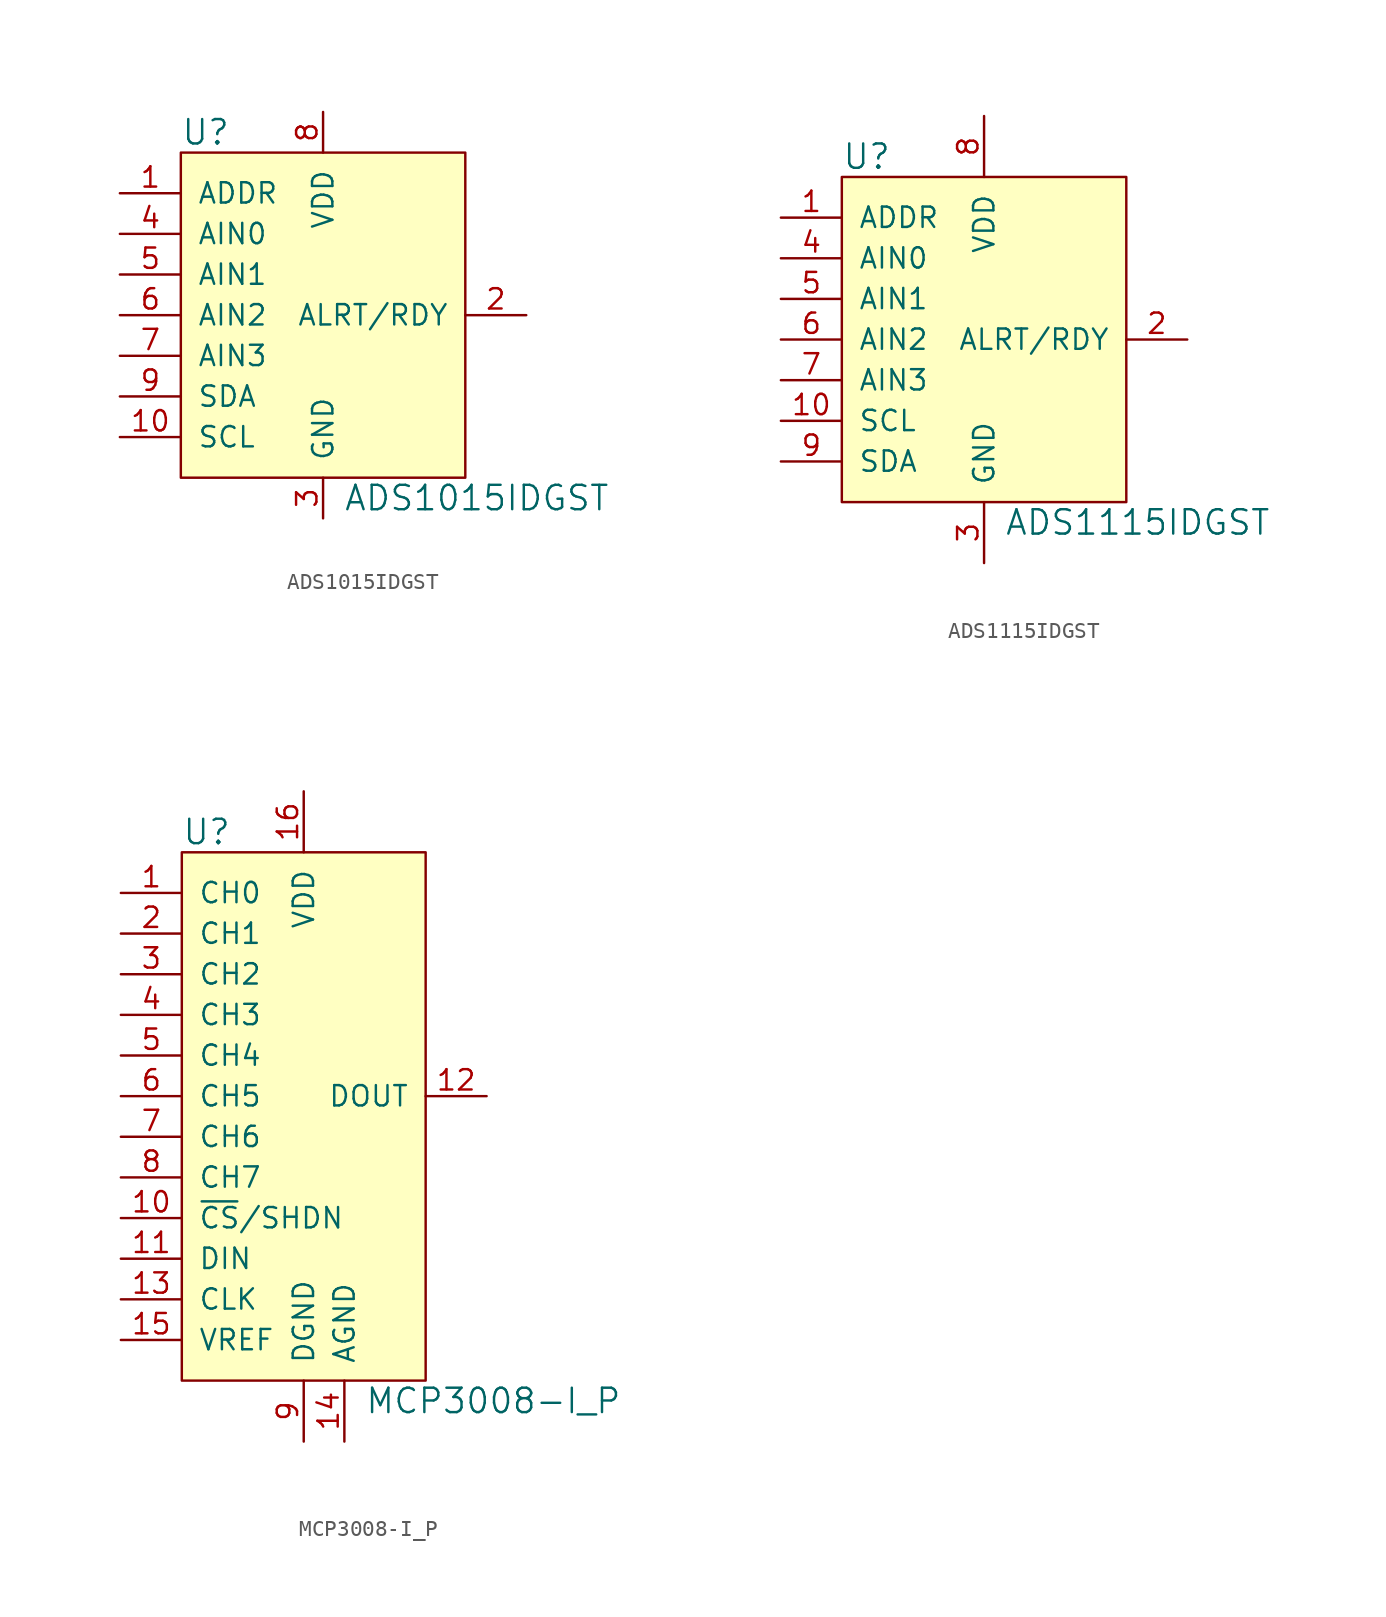
<source format=kicad_sym>
(kicad_symbol_lib
  (version 20220914)
  (generator kicad_symbol_editor)
  (symbol "ADS1015IDGST"
    (pin_names
      (offset 1.016))
    (property "Reference" "U"
      (at -8.89 11.43 0)
      (effects (font (size 1.524 1.524)) (justify left)))
    (property "Value" "ADS1015IDGST"
      (at 1.27 -11.43 0)
      (effects (font (size 1.524 1.524)) (justify left)))
    (symbol "ADS1015IDGST_0_1"
      (rectangle (start -8.89 10.16) (end 8.89 -10.16) (stroke (width 0) (type solid)) (fill (type background))))
    (symbol "ADS1015IDGST_1_1"
      (pin input line (at -12.7 7.62 0) (length 3.81) (name "ADDR" (effects (font (size 1.27 1.27)))) (number "1" (effects (font (size 1.27 1.27)))))
      (pin input line (at -12.7 -7.62 0) (length 3.81) (name "SCL" (effects (font (size 1.27 1.27)))) (number "10" (effects (font (size 1.27 1.27)))))
      (pin output line (at 12.7 0 180) (length 3.81) (name "ALRT/RDY" (effects (font (size 1.27 1.27)))) (number "2" (effects (font (size 1.27 1.27)))))
      (pin power_in line (at 0 -12.7 90) (length 2.54) (name "GND" (effects (font (size 1.27 1.27)))) (number "3" (effects (font (size 1.27 1.27)))))
      (pin input line (at -12.7 5.08 0) (length 3.81) (name "AIN0" (effects (font (size 1.27 1.27)))) (number "4" (effects (font (size 1.27 1.27)))))
      (pin input line (at -12.7 2.54 0) (length 3.81) (name "AIN1" (effects (font (size 1.27 1.27)))) (number "5" (effects (font (size 1.27 1.27)))))
      (pin input line (at -12.7 0 0) (length 3.81) (name "AIN2" (effects (font (size 1.27 1.27)))) (number "6" (effects (font (size 1.27 1.27)))))
      (pin input line (at -12.7 -2.54 0) (length 3.81) (name "AIN3" (effects (font (size 1.27 1.27)))) (number "7" (effects (font (size 1.27 1.27)))))
      (pin power_in line (at 0 12.7 270) (length 2.54) (name "VDD" (effects (font (size 1.27 1.27)))) (number "8" (effects (font (size 1.27 1.27)))))
      (pin bidirectional line (at -12.7 -5.08 0) (length 3.81) (name "SDA" (effects (font (size 1.27 1.27)))) (number "9" (effects (font (size 1.27 1.27)))))))
  (symbol "ADS1115IDGST"
    (pin_names
      (offset 1.016))
    (property "Reference" "U"
      (at -8.89 11.43 0)
      (effects (font (size 1.524 1.524)) (justify left)))
    (property "Value" "ADS1115IDGST"
      (at 1.27 -11.43 0)
      (effects (font (size 1.524 1.524)) (justify left)))
    (symbol "ADS1115IDGST_0_1"
      (rectangle (start -8.89 10.16) (end 8.89 -10.16) (stroke (width 0) (type solid)) (fill (type background))))
    (symbol "ADS1115IDGST_1_1"
      (pin input line (at -12.7 7.62 0) (length 3.81) (name "ADDR" (effects (font (size 1.27 1.27)))) (number "1" (effects (font (size 1.27 1.27)))))
      (pin input line (at -12.7 -5.08 0) (length 3.81) (name "SCL" (effects (font (size 1.27 1.27)))) (number "10" (effects (font (size 1.27 1.27)))))
      (pin output line (at 12.7 0 180) (length 3.81) (name "ALRT/RDY" (effects (font (size 1.27 1.27)))) (number "2" (effects (font (size 1.27 1.27)))))
      (pin power_in line (at 0 -13.97 90) (length 3.81) (name "GND" (effects (font (size 1.27 1.27)))) (number "3" (effects (font (size 1.27 1.27)))))
      (pin input line (at -12.7 5.08 0) (length 3.81) (name "AIN0" (effects (font (size 1.27 1.27)))) (number "4" (effects (font (size 1.27 1.27)))))
      (pin input line (at -12.7 2.54 0) (length 3.81) (name "AIN1" (effects (font (size 1.27 1.27)))) (number "5" (effects (font (size 1.27 1.27)))))
      (pin input line (at -12.7 0 0) (length 3.81) (name "AIN2" (effects (font (size 1.27 1.27)))) (number "6" (effects (font (size 1.27 1.27)))))
      (pin input line (at -12.7 -2.54 0) (length 3.81) (name "AIN3" (effects (font (size 1.27 1.27)))) (number "7" (effects (font (size 1.27 1.27)))))
      (pin power_in line (at 0 13.97 270) (length 3.81) (name "VDD" (effects (font (size 1.27 1.27)))) (number "8" (effects (font (size 1.27 1.27)))))
      (pin bidirectional line (at -12.7 -7.62 0) (length 3.81) (name "SDA" (effects (font (size 1.27 1.27)))) (number "9" (effects (font (size 1.27 1.27)))))))
  (symbol "MCP3008-I_P"
    (pin_names
      (offset 1.016))
    (property "Reference" "U"
      (at -7.62 16.51 0)
      (effects (font (size 1.524 1.524)) (justify left)))
    (property "Value" "MCP3008-I_P"
      (at 3.81 -19.05 0)
      (effects (font (size 1.524 1.524)) (justify left)))
    (symbol "MCP3008-I_P_0_1"
      (rectangle (start -7.62 15.24) (end 7.62 -17.78) (stroke (width 0) (type solid)) (fill (type background))))
    (symbol "MCP3008-I_P_1_1"
      (pin input line (at -11.43 12.7 0) (length 3.81) (name "CH0" (effects (font (size 1.27 1.27)))) (number "1" (effects (font (size 1.27 1.27)))))
      (pin input line (at -11.43 -7.62 0) (length 3.81) (name "~{CS}/SHDN" (effects (font (size 1.27 1.27)))) (number "10" (effects (font (size 1.27 1.27)))))
      (pin input line (at -11.43 -10.16 0) (length 3.81) (name "DIN" (effects (font (size 1.27 1.27)))) (number "11" (effects (font (size 1.27 1.27)))))
      (pin output line (at 11.43 0 180) (length 3.81) (name "DOUT" (effects (font (size 1.27 1.27)))) (number "12" (effects (font (size 1.27 1.27)))))
      (pin input line (at -11.43 -12.7 0) (length 3.81) (name "CLK" (effects (font (size 1.27 1.27)))) (number "13" (effects (font (size 1.27 1.27)))))
      (pin power_in line (at 2.54 -21.59 90) (length 3.81) (name "AGND" (effects (font (size 1.27 1.27)))) (number "14" (effects (font (size 1.27 1.27)))))
      (pin input line (at -11.43 -15.24 0) (length 3.81) (name "VREF" (effects (font (size 1.27 1.27)))) (number "15" (effects (font (size 1.27 1.27)))))
      (pin power_in line (at 0 19.05 270) (length 3.81) (name "VDD" (effects (font (size 1.27 1.27)))) (number "16" (effects (font (size 1.27 1.27)))))
      (pin input line (at -11.43 10.16 0) (length 3.81) (name "CH1" (effects (font (size 1.27 1.27)))) (number "2" (effects (font (size 1.27 1.27)))))
      (pin input line (at -11.43 7.62 0) (length 3.81) (name "CH2" (effects (font (size 1.27 1.27)))) (number "3" (effects (font (size 1.27 1.27)))))
      (pin input line (at -11.43 5.08 0) (length 3.81) (name "CH3" (effects (font (size 1.27 1.27)))) (number "4" (effects (font (size 1.27 1.27)))))
      (pin input line (at -11.43 2.54 0) (length 3.81) (name "CH4" (effects (font (size 1.27 1.27)))) (number "5" (effects (font (size 1.27 1.27)))))
      (pin input line (at -11.43 0 0) (length 3.81) (name "CH5" (effects (font (size 1.27 1.27)))) (number "6" (effects (font (size 1.27 1.27)))))
      (pin input line (at -11.43 -2.54 0) (length 3.81) (name "CH6" (effects (font (size 1.27 1.27)))) (number "7" (effects (font (size 1.27 1.27)))))
      (pin input line (at -11.43 -5.08 0) (length 3.81) (name "CH7" (effects (font (size 1.27 1.27)))) (number "8" (effects (font (size 1.27 1.27)))))
      (pin power_in line (at 0 -21.59 90) (length 3.81) (name "DGND" (effects (font (size 1.27 1.27)))) (number "9" (effects (font (size 1.27 1.27))))))))
</source>
